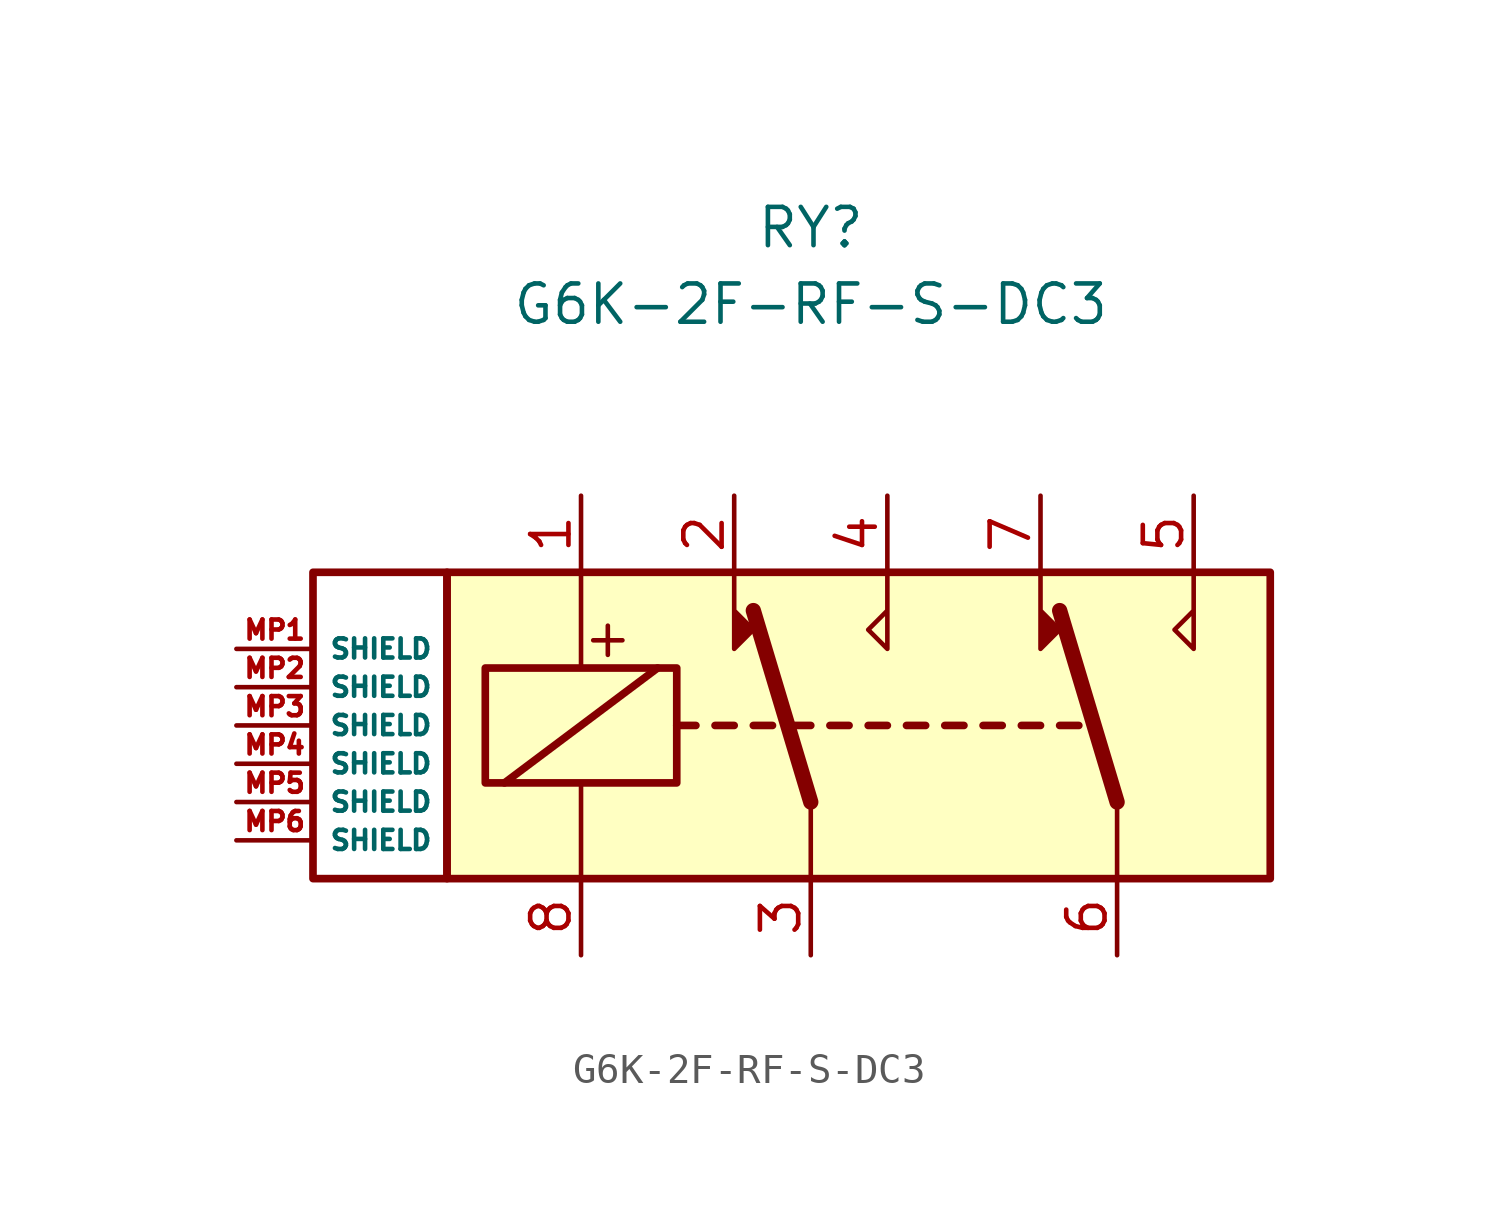
<source format=kicad_sym>
(kicad_symbol_lib
  (version 20211014)
  (generator kicad_symbol_editor)
  (symbol "G6K-2F-RF-S-DC3"
    (property "Reference" "RY"
      (at 0 16.51 0)
      (effects (font (size 1.27 1.27))))
    (property "Value" "G6K-2F-RF-S-DC3"
      (at 0 13.97 0)
      (effects (font (size 1.27 1.27))))
    (symbol "G6K-2F-RF-S-DC3_0_0"
      (text "+" (at -6.731 2.921 0) (effects (font (size 1.27 1.27)))))
    (symbol "G6K-2F-RF-S-DC3_0_1"
      (rectangle (start -16.51 5.08) (end -12.065 -5.08) (stroke (width 0.254) (type default) (color 0 0 0 0)) (fill (type none)))
      (rectangle (start -12.065 5.08) (end 15.24 -5.08) (stroke (width 0.254) (type default) (color 0 0 0 0)) (fill (type background)))
      (rectangle (start -10.795 1.905) (end -4.445 -1.905) (stroke (width 0.254) (type default) (color 0 0 0 0)) (fill (type none)))
      (polyline (pts (xy -10.16 -1.905) (xy -5.08 1.905)) (stroke (width 0.254) (type default) (color 0 0 0 0)) (fill (type none)))
      (polyline (pts (xy -7.62 -5.08) (xy -7.62 -1.905)) (stroke (width 0) (type default) (color 0 0 0 0)) (fill (type none)))
      (polyline (pts (xy -7.62 5.08) (xy -7.62 1.905)) (stroke (width 0) (type default) (color 0 0 0 0)) (fill (type none)))
      (polyline (pts (xy -4.445 0) (xy -3.81 0)) (stroke (width 0.254) (type default) (color 0 0 0 0)) (fill (type none)))
      (polyline (pts (xy -3.175 0) (xy -2.54 0)) (stroke (width 0.254) (type default) (color 0 0 0 0)) (fill (type none)))
      (polyline (pts (xy -1.905 0) (xy -1.27 0)) (stroke (width 0.254) (type default) (color 0 0 0 0)) (fill (type none)))
      (polyline (pts (xy -0.635 0) (xy 0 0)) (stroke (width 0.254) (type default) (color 0 0 0 0)) (fill (type none)))
      (polyline (pts (xy 0 -2.54) (xy -1.905 3.81)) (stroke (width 0.508) (type default) (color 0 0 0 0)) (fill (type none)))
      (polyline (pts (xy 0 -2.54) (xy 0 -5.08)) (stroke (width 0) (type default) (color 0 0 0 0)) (fill (type none)))
      (polyline (pts (xy 0.635 0) (xy 1.27 0)) (stroke (width 0.254) (type default) (color 0 0 0 0)) (fill (type none)))
      (polyline (pts (xy 1.905 0) (xy 2.54 0)) (stroke (width 0.254) (type default) (color 0 0 0 0)) (fill (type none)))
      (polyline (pts (xy 3.175 0) (xy 3.81 0)) (stroke (width 0.254) (type default) (color 0 0 0 0)) (fill (type none)))
      (polyline (pts (xy 4.445 0) (xy 5.08 0)) (stroke (width 0.254) (type default) (color 0 0 0 0)) (fill (type none)))
      (polyline (pts (xy 5.715 0) (xy 6.35 0)) (stroke (width 0.254) (type default) (color 0 0 0 0)) (fill (type none)))
      (polyline (pts (xy 6.985 0) (xy 7.62 0)) (stroke (width 0.254) (type default) (color 0 0 0 0)) (fill (type none)))
      (polyline (pts (xy 8.255 0) (xy 8.89 0)) (stroke (width 0.254) (type default) (color 0 0 0 0)) (fill (type none)))
      (polyline (pts (xy 10.16 -2.54) (xy 8.255 3.81)) (stroke (width 0.508) (type default) (color 0 0 0 0)) (fill (type none)))
      (polyline (pts (xy 10.16 -2.54) (xy 10.16 -5.08)) (stroke (width 0) (type default) (color 0 0 0 0)) (fill (type none)))
      (polyline (pts (xy -2.54 5.08) (xy -2.54 2.54) (xy -1.905 3.175) (xy -2.54 3.81)) (stroke (width 0) (type default) (color 0 0 0 0)) (fill (type outline)))
      (polyline (pts (xy 2.54 5.08) (xy 2.54 2.54) (xy 1.905 3.175) (xy 2.54 3.81)) (stroke (width 0) (type default) (color 0 0 0 0)) (fill (type none)))
      (polyline (pts (xy 7.62 5.08) (xy 7.62 2.54) (xy 8.255 3.175) (xy 7.62 3.81)) (stroke (width 0) (type default) (color 0 0 0 0)) (fill (type outline)))
      (polyline (pts (xy 12.7 5.08) (xy 12.7 2.54) (xy 12.065 3.175) (xy 12.7 3.81)) (stroke (width 0) (type default) (color 0 0 0 0)) (fill (type none))))
    (symbol "G6K-2F-RF-S-DC3_1_1"
      (pin passive line (at -7.62 7.62 270) (length 2.54) (name "~" (effects (font (size 1.27 1.27)))) (number "1" (effects (font (size 1.27 1.27)))))
      (pin passive line (at -2.54 7.62 270) (length 2.54) (name "~" (effects (font (size 1.27 1.27)))) (number "2" (effects (font (size 1.27 1.27)))))
      (pin passive line (at 0 -7.62 90) (length 2.54) (name "~" (effects (font (size 1.27 1.27)))) (number "3" (effects (font (size 1.27 1.27)))))
      (pin passive line (at 2.54 7.62 270) (length 2.54) (name "~" (effects (font (size 1.27 1.27)))) (number "4" (effects (font (size 1.27 1.27)))))
      (pin passive line (at 12.7 7.62 270) (length 2.54) (name "~" (effects (font (size 1.27 1.27)))) (number "5" (effects (font (size 1.27 1.27)))))
      (pin passive line (at 10.16 -7.62 90) (length 2.54) (name "~" (effects (font (size 1.27 1.27)))) (number "6" (effects (font (size 1.27 1.27)))))
      (pin passive line (at 7.62 7.62 270) (length 2.54) (name "~" (effects (font (size 1.27 1.27)))) (number "7" (effects (font (size 1.27 1.27)))))
      (pin passive line (at -7.62 -7.62 90) (length 2.54) (name "~" (effects (font (size 1.27 1.27)))) (number "8" (effects (font (size 1.27 1.27)))))
      (pin passive line (at -19.05 2.54 0) (length 2.54) (name "SHIELD" (effects (font (size 0.635 0.635)))) (number "MP1" (effects (font (size 0.635 0.635)))))
      (pin passive line (at -19.05 1.27 0) (length 2.54) (name "SHIELD" (effects (font (size 0.635 0.635)))) (number "MP2" (effects (font (size 0.635 0.635)))))
      (pin passive line (at -19.05 0 0) (length 2.54) (name "SHIELD" (effects (font (size 0.635 0.635)))) (number "MP3" (effects (font (size 0.635 0.635)))))
      (pin passive line (at -19.05 -1.27 0) (length 2.54) (name "SHIELD" (effects (font (size 0.635 0.635)))) (number "MP4" (effects (font (size 0.635 0.635)))))
      (pin passive line (at -19.05 -2.54 0) (length 2.54) (name "SHIELD" (effects (font (size 0.635 0.635)))) (number "MP5" (effects (font (size 0.635 0.635)))))
      (pin passive line (at -19.05 -3.81 0) (length 2.54) (name "SHIELD" (effects (font (size 0.635 0.635)))) (number "MP6" (effects (font (size 0.635 0.635))))))))
</source>
